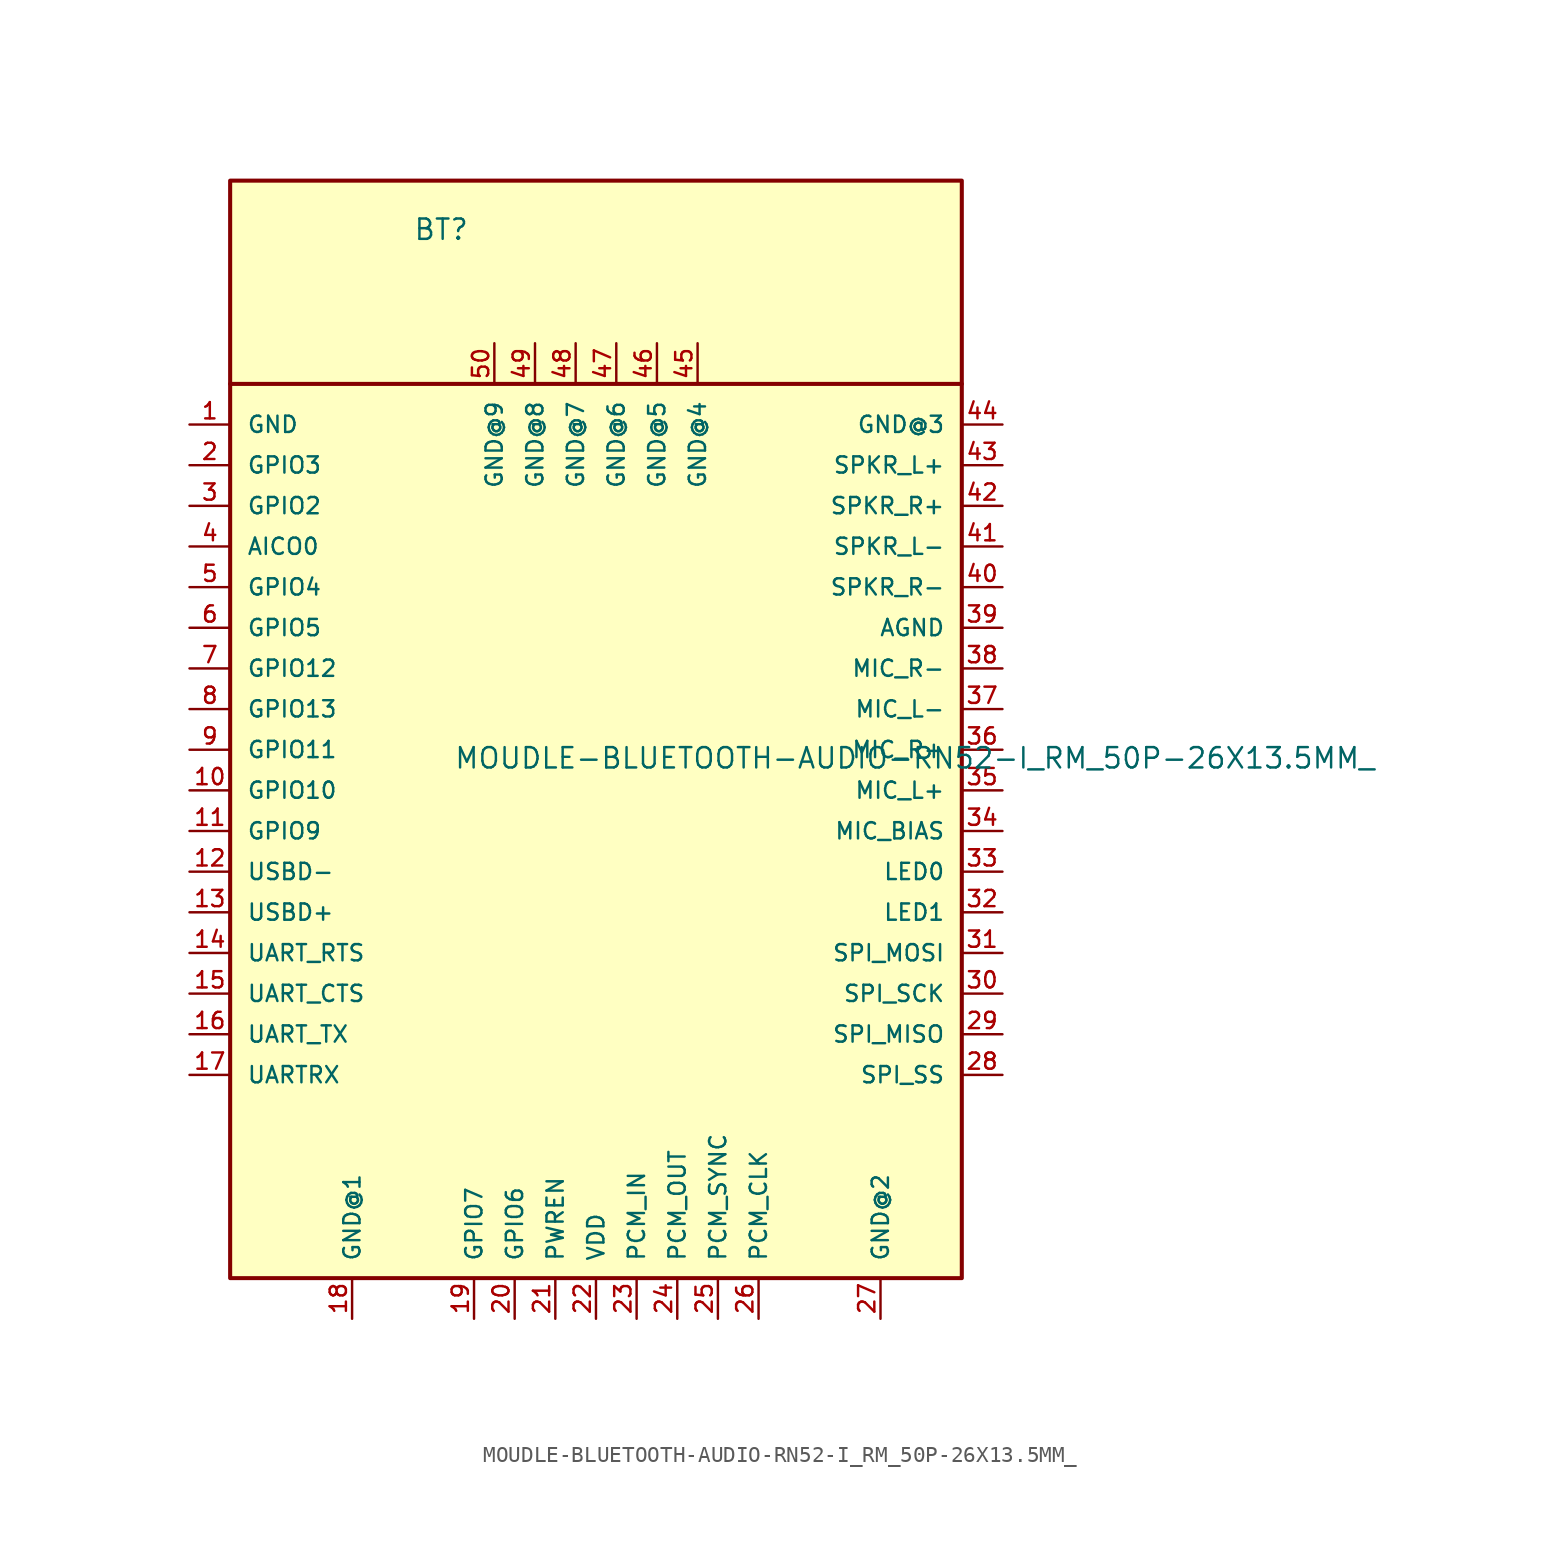
<source format=kicad_sym>
(kicad_symbol_lib
  (version 20211014)
  (generator kicad_symbol_editor)
  (symbol "MOUDLE-BLUETOOTH-AUDIO-RN52-I_RM_50P-26X13.5MM_"
    (pin_names
      (offset 1.016))
    (property "Reference" "BT"
      (at -11.434 31.762 0)
      (effects (font (size 1.27 1.27)) (justify bottom left)))
    (property "Value" "MOUDLE-BLUETOOTH-AUDIO-RN52-I_RM_50P-26X13.5MM_"
      (at -8.894 -1.271 0)
      (effects (font (size 1.27 1.27)) (justify bottom left)))
    (symbol "MOUDLE-BLUETOOTH-AUDIO-RN52-I_RM_50P-26X13.5MM__0_0"
      (polyline (pts (xy -22.86 22.86) (xy 22.86 22.86)) (stroke (width 0.254)))
      (rectangle (start -22.86 -33.02) (end 22.86 35.56) (stroke (width 0.254)) (fill (type background)))
      (pin bidirectional line (at -25.4 20.32 0) (length 2.54) (name "GND" (effects (font (size 1.016 1.016)))) (number "1" (effects (font (size 1.016 1.016)))))
      (pin bidirectional line (at -25.4 17.78 0) (length 2.54) (name "GPIO3" (effects (font (size 1.016 1.016)))) (number "2" (effects (font (size 1.016 1.016)))))
      (pin bidirectional line (at -25.4 15.24 0) (length 2.54) (name "GPIO2" (effects (font (size 1.016 1.016)))) (number "3" (effects (font (size 1.016 1.016)))))
      (pin bidirectional line (at -25.4 12.7 0) (length 2.54) (name "AICO0" (effects (font (size 1.016 1.016)))) (number "4" (effects (font (size 1.016 1.016)))))
      (pin bidirectional line (at -25.4 10.16 0) (length 2.54) (name "GPIO4" (effects (font (size 1.016 1.016)))) (number "5" (effects (font (size 1.016 1.016)))))
      (pin bidirectional line (at -25.4 7.62 0) (length 2.54) (name "GPIO5" (effects (font (size 1.016 1.016)))) (number "6" (effects (font (size 1.016 1.016)))))
      (pin bidirectional line (at -25.4 5.08 0) (length 2.54) (name "GPIO12" (effects (font (size 1.016 1.016)))) (number "7" (effects (font (size 1.016 1.016)))))
      (pin bidirectional line (at -25.4 2.54 0) (length 2.54) (name "GPIO13" (effects (font (size 1.016 1.016)))) (number "8" (effects (font (size 1.016 1.016)))))
      (pin bidirectional line (at -25.4 0.0 0) (length 2.54) (name "GPIO11" (effects (font (size 1.016 1.016)))) (number "9" (effects (font (size 1.016 1.016)))))
      (pin bidirectional line (at -25.4 -2.54 0) (length 2.54) (name "GPIO10" (effects (font (size 1.016 1.016)))) (number "10" (effects (font (size 1.016 1.016)))))
      (pin bidirectional line (at -25.4 -5.08 0) (length 2.54) (name "GPIO9" (effects (font (size 1.016 1.016)))) (number "11" (effects (font (size 1.016 1.016)))))
      (pin bidirectional line (at -25.4 -7.62 0) (length 2.54) (name "USBD-" (effects (font (size 1.016 1.016)))) (number "12" (effects (font (size 1.016 1.016)))))
      (pin bidirectional line (at -25.4 -10.16 0) (length 2.54) (name "USBD+" (effects (font (size 1.016 1.016)))) (number "13" (effects (font (size 1.016 1.016)))))
      (pin bidirectional line (at -25.4 -12.7 0) (length 2.54) (name "UART_RTS" (effects (font (size 1.016 1.016)))) (number "14" (effects (font (size 1.016 1.016)))))
      (pin bidirectional line (at -25.4 -15.24 0) (length 2.54) (name "UART_CTS" (effects (font (size 1.016 1.016)))) (number "15" (effects (font (size 1.016 1.016)))))
      (pin bidirectional line (at -25.4 -17.78 0) (length 2.54) (name "UART_TX" (effects (font (size 1.016 1.016)))) (number "16" (effects (font (size 1.016 1.016)))))
      (pin bidirectional line (at -25.4 -20.32 0) (length 2.54) (name "UARTRX" (effects (font (size 1.016 1.016)))) (number "17" (effects (font (size 1.016 1.016)))))
      (pin bidirectional line (at -15.24 -35.56 90.0) (length 2.54) (name "GND@1" (effects (font (size 1.016 1.016)))) (number "18" (effects (font (size 1.016 1.016)))))
      (pin bidirectional line (at -7.62 -35.56 90.0) (length 2.54) (name "GPIO7" (effects (font (size 1.016 1.016)))) (number "19" (effects (font (size 1.016 1.016)))))
      (pin bidirectional line (at -5.08 -35.56 90.0) (length 2.54) (name "GPIO6" (effects (font (size 1.016 1.016)))) (number "20" (effects (font (size 1.016 1.016)))))
      (pin bidirectional line (at -2.54 -35.56 90.0) (length 2.54) (name "PWREN" (effects (font (size 1.016 1.016)))) (number "21" (effects (font (size 1.016 1.016)))))
      (pin bidirectional line (at 0.0 -35.56 90.0) (length 2.54) (name "VDD" (effects (font (size 1.016 1.016)))) (number "22" (effects (font (size 1.016 1.016)))))
      (pin bidirectional line (at 2.54 -35.56 90.0) (length 2.54) (name "PCM_IN" (effects (font (size 1.016 1.016)))) (number "23" (effects (font (size 1.016 1.016)))))
      (pin bidirectional line (at 5.08 -35.56 90.0) (length 2.54) (name "PCM_OUT" (effects (font (size 1.016 1.016)))) (number "24" (effects (font (size 1.016 1.016)))))
      (pin bidirectional line (at 7.62 -35.56 90.0) (length 2.54) (name "PCM_SYNC" (effects (font (size 1.016 1.016)))) (number "25" (effects (font (size 1.016 1.016)))))
      (pin bidirectional line (at 10.16 -35.56 90.0) (length 2.54) (name "PCM_CLK" (effects (font (size 1.016 1.016)))) (number "26" (effects (font (size 1.016 1.016)))))
      (pin bidirectional line (at 17.78 -35.56 90.0) (length 2.54) (name "GND@2" (effects (font (size 1.016 1.016)))) (number "27" (effects (font (size 1.016 1.016)))))
      (pin bidirectional line (at 25.4 -20.32 180.0) (length 2.54) (name "SPI_SS" (effects (font (size 1.016 1.016)))) (number "28" (effects (font (size 1.016 1.016)))))
      (pin bidirectional line (at 25.4 -17.78 180.0) (length 2.54) (name "SPI_MISO" (effects (font (size 1.016 1.016)))) (number "29" (effects (font (size 1.016 1.016)))))
      (pin bidirectional line (at 25.4 -15.24 180.0) (length 2.54) (name "SPI_SCK" (effects (font (size 1.016 1.016)))) (number "30" (effects (font (size 1.016 1.016)))))
      (pin bidirectional line (at 25.4 -12.7 180.0) (length 2.54) (name "SPI_MOSI" (effects (font (size 1.016 1.016)))) (number "31" (effects (font (size 1.016 1.016)))))
      (pin bidirectional line (at 25.4 -10.16 180.0) (length 2.54) (name "LED1" (effects (font (size 1.016 1.016)))) (number "32" (effects (font (size 1.016 1.016)))))
      (pin bidirectional line (at 25.4 -7.62 180.0) (length 2.54) (name "LED0" (effects (font (size 1.016 1.016)))) (number "33" (effects (font (size 1.016 1.016)))))
      (pin bidirectional line (at 25.4 -5.08 180.0) (length 2.54) (name "MIC_BIAS" (effects (font (size 1.016 1.016)))) (number "34" (effects (font (size 1.016 1.016)))))
      (pin bidirectional line (at 25.4 -2.54 180.0) (length 2.54) (name "MIC_L+" (effects (font (size 1.016 1.016)))) (number "35" (effects (font (size 1.016 1.016)))))
      (pin bidirectional line (at 25.4 0.0 180.0) (length 2.54) (name "MIC_R+" (effects (font (size 1.016 1.016)))) (number "36" (effects (font (size 1.016 1.016)))))
      (pin bidirectional line (at 25.4 2.54 180.0) (length 2.54) (name "MIC_L-" (effects (font (size 1.016 1.016)))) (number "37" (effects (font (size 1.016 1.016)))))
      (pin bidirectional line (at 25.4 5.08 180.0) (length 2.54) (name "MIC_R-" (effects (font (size 1.016 1.016)))) (number "38" (effects (font (size 1.016 1.016)))))
      (pin bidirectional line (at 25.4 7.62 180.0) (length 2.54) (name "AGND" (effects (font (size 1.016 1.016)))) (number "39" (effects (font (size 1.016 1.016)))))
      (pin bidirectional line (at 25.4 10.16 180.0) (length 2.54) (name "SPKR_R-" (effects (font (size 1.016 1.016)))) (number "40" (effects (font (size 1.016 1.016)))))
      (pin bidirectional line (at 25.4 12.7 180.0) (length 2.54) (name "SPKR_L-" (effects (font (size 1.016 1.016)))) (number "41" (effects (font (size 1.016 1.016)))))
      (pin bidirectional line (at 25.4 15.24 180.0) (length 2.54) (name "SPKR_R+" (effects (font (size 1.016 1.016)))) (number "42" (effects (font (size 1.016 1.016)))))
      (pin bidirectional line (at 25.4 17.78 180.0) (length 2.54) (name "SPKR_L+" (effects (font (size 1.016 1.016)))) (number "43" (effects (font (size 1.016 1.016)))))
      (pin bidirectional line (at 25.4 20.32 180.0) (length 2.54) (name "GND@3" (effects (font (size 1.016 1.016)))) (number "44" (effects (font (size 1.016 1.016)))))
      (pin bidirectional line (at 6.35 25.4 270.0) (length 2.54) (name "GND@4" (effects (font (size 1.016 1.016)))) (number "45" (effects (font (size 1.016 1.016)))))
      (pin bidirectional line (at 3.81 25.4 270.0) (length 2.54) (name "GND@5" (effects (font (size 1.016 1.016)))) (number "46" (effects (font (size 1.016 1.016)))))
      (pin bidirectional line (at 1.27 25.4 270.0) (length 2.54) (name "GND@6" (effects (font (size 1.016 1.016)))) (number "47" (effects (font (size 1.016 1.016)))))
      (pin bidirectional line (at -1.27 25.4 270.0) (length 2.54) (name "GND@7" (effects (font (size 1.016 1.016)))) (number "48" (effects (font (size 1.016 1.016)))))
      (pin bidirectional line (at -3.81 25.4 270.0) (length 2.54) (name "GND@8" (effects (font (size 1.016 1.016)))) (number "49" (effects (font (size 1.016 1.016)))))
      (pin bidirectional line (at -6.35 25.4 270.0) (length 2.54) (name "GND@9" (effects (font (size 1.016 1.016)))) (number "50" (effects (font (size 1.016 1.016))))))))
</source>
